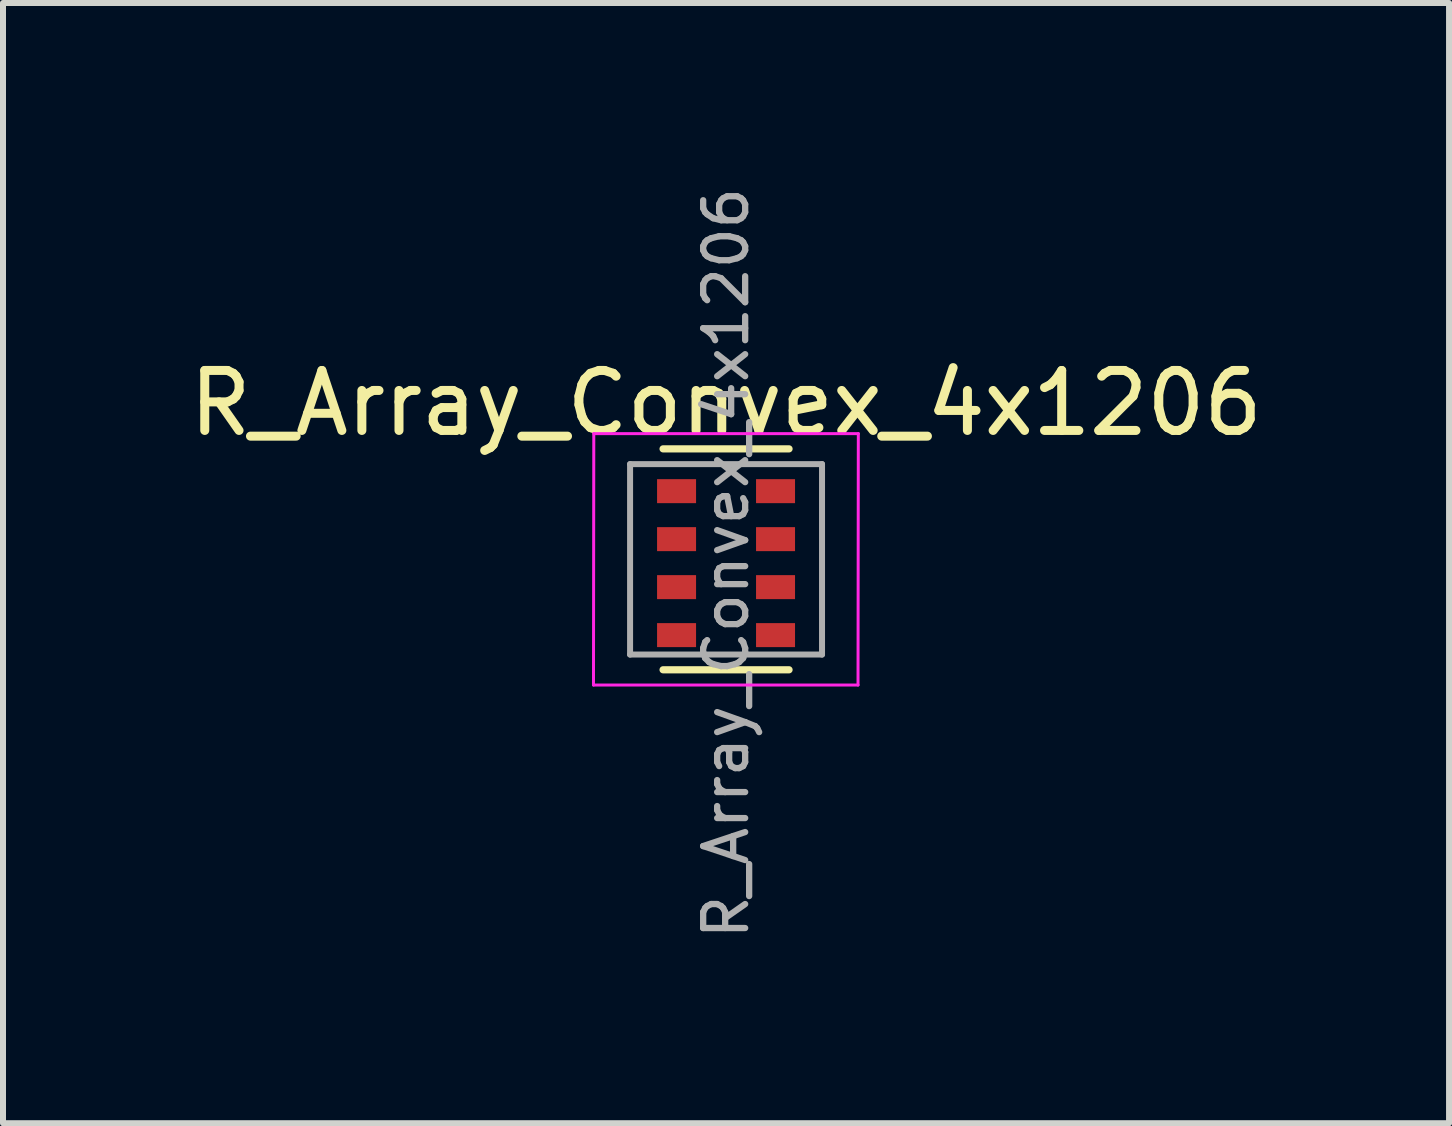
<source format=kicad_pcb>
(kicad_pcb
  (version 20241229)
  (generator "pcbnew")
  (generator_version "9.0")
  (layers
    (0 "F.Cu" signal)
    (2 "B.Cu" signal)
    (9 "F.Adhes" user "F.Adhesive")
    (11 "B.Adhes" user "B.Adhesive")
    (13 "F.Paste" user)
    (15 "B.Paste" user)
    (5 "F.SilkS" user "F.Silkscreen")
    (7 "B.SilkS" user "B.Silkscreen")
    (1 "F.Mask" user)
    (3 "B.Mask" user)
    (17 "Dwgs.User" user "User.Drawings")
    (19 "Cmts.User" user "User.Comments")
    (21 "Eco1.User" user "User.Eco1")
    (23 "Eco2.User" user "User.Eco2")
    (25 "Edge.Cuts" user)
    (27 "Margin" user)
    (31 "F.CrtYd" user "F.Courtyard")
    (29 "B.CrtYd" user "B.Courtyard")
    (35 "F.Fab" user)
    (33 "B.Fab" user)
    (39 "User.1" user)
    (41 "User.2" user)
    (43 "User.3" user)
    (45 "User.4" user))
  (footprint "R_Array_Convex_4x1206"
    (layer "F.Cu")
    (at 9.054 6.338)
    (property "Reference" "R_Array_Convex_4x1206" (at 0 -2.667 0) (layer "F.SilkS") (effects (font (size 1 1) (thickness 0.15))))
    (attr smd)
    (fp_line (start 1.05 -1.905) (end -1.05 -1.905) (stroke (width 0.12) (type solid)) (layer "F.SilkS"))
    (fp_line (start 1.05 1.778) (end -1.05 1.778) (stroke (width 0.12) (type solid)) (layer "F.SilkS"))
    (fp_line (start -2.205 -2.159) (end -2.21 2.032) (stroke (width 0.05) (type solid)) (layer "F.CrtYd"))
    (fp_line (start -2.205 -2.159) (end 2.205 -2.159) (stroke (width 0.05) (type solid)) (layer "F.CrtYd"))
    (fp_line (start 2.2 2.032) (end -2.21 2.032) (stroke (width 0.05) (type solid)) (layer "F.CrtYd"))
    (fp_line (start 2.2 2.032) (end 2.205 -2.159) (stroke (width 0.05) (type solid)) (layer "F.CrtYd"))
    (fp_line (start -1.6 -1.651) (end -1.6 1.524) (stroke (width 0.1) (type solid)) (layer "F.Fab"))
    (fp_line (start -1.6 1.524) (end 1.6 1.524) (stroke (width 0.1) (type solid)) (layer "F.Fab"))
    (fp_line (start 1.6 -1.651) (end -1.6 -1.651) (stroke (width 0.1) (type solid)) (layer "F.Fab"))
    (fp_line (start 1.6 1.524) (end 1.6 -1.651) (stroke (width 0.1) (type solid)) (layer "F.Fab"))
    (fp_text user "${REFERENCE}" (at 0 0 90) (layer "F.Fab") (effects (font (size 0.7 0.7) (thickness 0.105))))
    (pad "1" smd rect (at -0.825 -1.2) (size 0.65 0.4) (layers "F.Cu" "F.Mask" "F.Paste"))
    (pad "2" smd rect (at -0.825 -0.4) (size 0.65 0.4) (layers "F.Cu" "F.Mask" "F.Paste"))
    (pad "3" smd rect (at -0.825 0.4) (size 0.65 0.4) (layers "F.Cu" "F.Mask" "F.Paste"))
    (pad "4" smd rect (at -0.825 1.2) (size 0.65 0.4) (layers "F.Cu" "F.Mask" "F.Paste"))
    (pad "5" smd rect (at 0.825 1.2) (size 0.65 0.4) (layers "F.Cu" "F.Mask" "F.Paste"))
    (pad "6" smd rect (at 0.825 0.4) (size 0.65 0.4) (layers "F.Cu" "F.Mask" "F.Paste"))
    (pad "7" smd rect (at 0.825 -0.4) (size 0.65 0.4) (layers "F.Cu" "F.Mask" "F.Paste"))
    (pad "8" smd rect (at 0.825 -1.2) (size 0.65 0.4) (layers "F.Cu" "F.Mask" "F.Paste")))
  (gr_rect
    (start -3 -3)
    (end 21.107 15.675)
    (stroke (width 0.1) (type default))
    (fill no)
    (layer "Edge.Cuts")))
</source>
